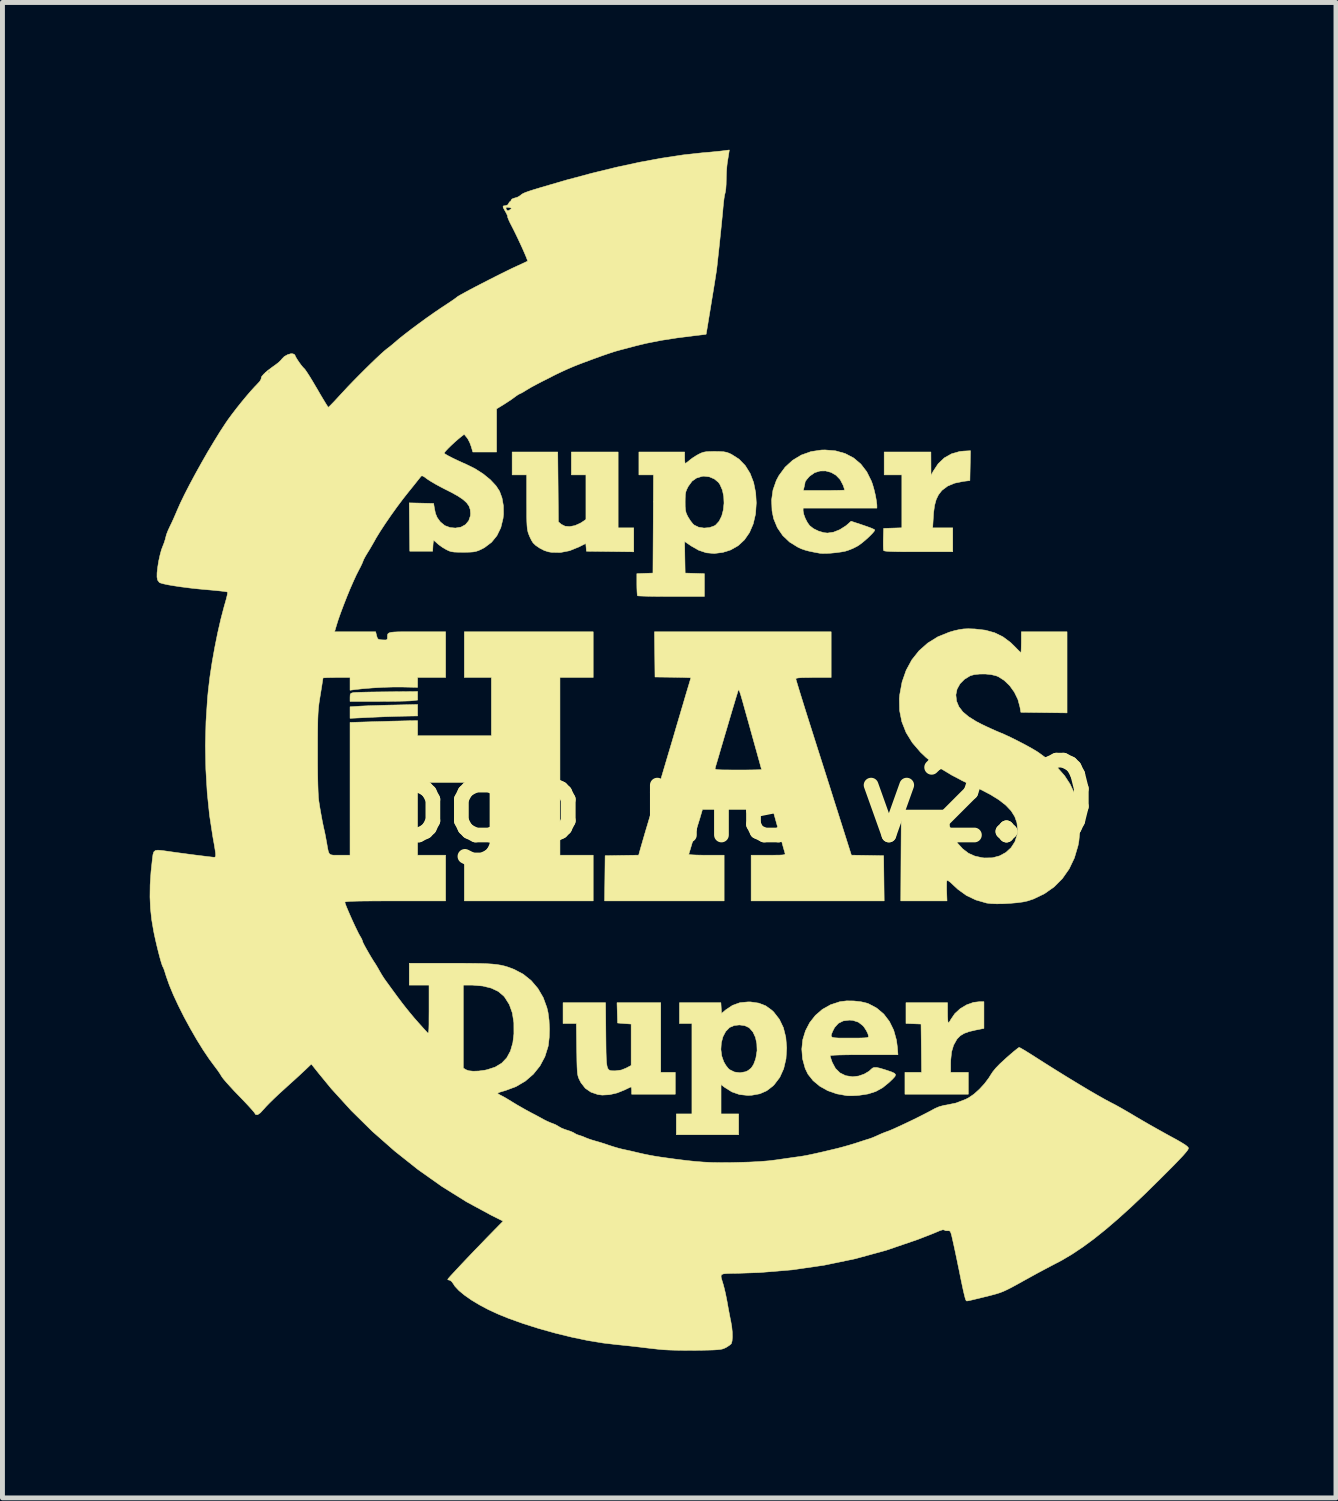
<source format=kicad_pcb>
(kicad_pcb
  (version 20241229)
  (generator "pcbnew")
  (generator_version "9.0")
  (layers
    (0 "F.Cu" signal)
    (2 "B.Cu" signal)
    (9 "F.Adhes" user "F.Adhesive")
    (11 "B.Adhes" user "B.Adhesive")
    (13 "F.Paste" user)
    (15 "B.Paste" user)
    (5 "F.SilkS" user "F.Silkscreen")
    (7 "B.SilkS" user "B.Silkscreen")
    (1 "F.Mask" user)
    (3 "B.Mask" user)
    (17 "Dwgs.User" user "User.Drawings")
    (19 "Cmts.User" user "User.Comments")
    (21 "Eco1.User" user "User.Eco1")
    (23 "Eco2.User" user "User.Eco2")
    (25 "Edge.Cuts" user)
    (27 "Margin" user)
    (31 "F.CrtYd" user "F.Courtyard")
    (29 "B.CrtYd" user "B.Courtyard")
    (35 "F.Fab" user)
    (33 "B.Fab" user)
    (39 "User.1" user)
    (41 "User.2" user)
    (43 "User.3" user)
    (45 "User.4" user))
  (footprint "logo me v2.0"
    (layer "F.Cu")
    (at 11.573 13.269)
    (property "Reference" "logo me v2.0" (at 0 0 0) (layer "F.SilkS") (effects (font (size 1.524 1.524) (thickness 0.3))))
    (attr through_hole)
    (fp_poly (pts (xy -6.117 -1.736) (xy -6.249 -1.734) (xy -6.503 -1.729) (xy -6.751 -1.721) (xy -7.013 -1.71) (xy -7.138 -1.704) (xy -7.493 -1.687) (xy -7.493 -1.922) (xy -7.297 -1.935) (xy -7.217 -1.939) (xy -7.104 -1.944) (xy -6.968 -1.948) (xy -6.818 -1.953) (xy -6.663 -1.957) (xy -6.609 -1.958) (xy -6.117 -1.969) (xy -6.117 -1.736)) (stroke (width 0.01) (type solid)) (fill yes) (layer "F.SilkS"))
    (fp_poly (pts (xy -6.117 -2.146) (xy -6.117 -2.059) (xy -6.228 -2.046) (xy -6.279 -2.042) (xy -6.366 -2.039) (xy -6.48 -2.036) (xy -6.617 -2.034) (xy -6.768 -2.033) (xy -6.916 -2.032) (xy -7.493 -2.032) (xy -7.493 -2.116) (xy -7.49 -2.17) (xy -7.474 -2.197) (xy -7.435 -2.209) (xy -7.424 -2.211) (xy -7.386 -2.214) (xy -7.311 -2.217) (xy -7.206 -2.22) (xy -7.077 -2.223) (xy -6.93 -2.225) (xy -6.77 -2.227) (xy -6.736 -2.227) (xy -6.117 -2.233) (xy -6.117 -2.146)) (stroke (width 0.01) (type solid)) (fill yes) (layer "F.SilkS"))
    (fp_poly (pts (xy 5.419 4.629) (xy 5.252 4.662) (xy 5.116 4.694) (xy 5.014 4.731) (xy 4.937 4.778) (xy 4.877 4.839) (xy 4.866 4.854) (xy 4.801 4.97) (xy 4.76 5.107) (xy 4.743 5.273) (xy 4.741 5.338) (xy 4.741 5.524) (xy 5.101 5.524) (xy 5.101 5.969) (xy 3.81 5.969) (xy 3.81 5.524) (xy 4.149 5.524) (xy 4.144 5.032) (xy 4.138 4.54) (xy 3.985 4.534) (xy 3.831 4.528) (xy 3.831 4.106) (xy 4.678 4.106) (xy 4.678 4.304) (xy 4.679 4.391) (xy 4.683 4.462) (xy 4.688 4.506) (xy 4.691 4.515) (xy 4.708 4.506) (xy 4.733 4.469) (xy 4.746 4.445) (xy 4.826 4.328) (xy 4.936 4.227) (xy 5.066 4.149) (xy 5.206 4.099) (xy 5.326 4.085) (xy 5.419 4.085) (xy 5.419 4.629)) (stroke (width 0.01) (type solid)) (fill yes) (layer "F.SilkS"))
    (fp_poly (pts (xy 5.139 -6.834) (xy 5.133 -6.53) (xy 5 -6.514) (xy 4.824 -6.478) (xy 4.681 -6.419) (xy 4.569 -6.335) (xy 4.554 -6.319) (xy 4.492 -6.238) (xy 4.446 -6.142) (xy 4.414 -6.025) (xy 4.394 -5.878) (xy 4.388 -5.784) (xy 4.375 -5.567) (xy 4.784 -5.567) (xy 4.784 -5.08) (xy 4.085 -5.08) (xy 3.887 -5.08) (xy 3.728 -5.081) (xy 3.604 -5.083) (xy 3.511 -5.086) (xy 3.445 -5.09) (xy 3.403 -5.095) (xy 3.38 -5.102) (xy 3.375 -5.108) (xy 3.371 -5.14) (xy 3.369 -5.204) (xy 3.369 -5.289) (xy 3.37 -5.346) (xy 3.376 -5.556) (xy 3.747 -5.568) (xy 3.747 -6.646) (xy 3.387 -6.646) (xy 3.387 -7.112) (xy 4.339 -7.112) (xy 4.34 -6.874) (xy 4.341 -6.636) (xy 4.386 -6.72) (xy 4.487 -6.873) (xy 4.612 -6.992) (xy 4.759 -7.075) (xy 4.923 -7.122) (xy 5 -7.13) (xy 5.145 -7.138) (xy 5.139 -6.834)) (stroke (width 0.01) (type solid)) (fill yes) (layer "F.SilkS"))
    (fp_poly (pts (xy -3.255 -6.401) (xy -3.249 -5.69) (xy -3.19 -5.639) (xy -3.114 -5.601) (xy -3.019 -5.593) (xy -2.912 -5.613) (xy -2.802 -5.662) (xy -2.75 -5.695) (xy -2.688 -5.739) (xy -2.688 -6.646) (xy -2.985 -6.646) (xy -2.985 -7.112) (xy -2.032 -7.112) (xy -2.032 -5.567) (xy -1.714 -5.567) (xy -1.714 -5.079) (xy -2.196 -5.085) (xy -2.678 -5.091) (xy -2.684 -5.17) (xy -2.691 -5.249) (xy -2.832 -5.178) (xy -3.022 -5.101) (xy -3.208 -5.065) (xy -3.393 -5.069) (xy -3.452 -5.079) (xy -3.537 -5.106) (xy -3.629 -5.154) (xy -3.713 -5.211) (xy -3.765 -5.262) (xy -3.797 -5.313) (xy -3.832 -5.385) (xy -3.851 -5.432) (xy -3.865 -5.47) (xy -3.875 -5.51) (xy -3.883 -5.558) (xy -3.888 -5.618) (xy -3.892 -5.698) (xy -3.894 -5.803) (xy -3.894 -5.939) (xy -3.895 -6.097) (xy -3.895 -6.646) (xy -4.191 -6.646) (xy -4.191 -7.112) (xy -3.262 -7.112) (xy -3.255 -6.401)) (stroke (width 0.01) (type solid)) (fill yes) (layer "F.SilkS"))
    (fp_poly (pts (xy -2.282 4.762) (xy -2.28 4.957) (xy -2.278 5.114) (xy -2.274 5.237) (xy -2.268 5.33) (xy -2.258 5.397) (xy -2.244 5.443) (xy -2.223 5.471) (xy -2.196 5.486) (xy -2.161 5.492) (xy -2.116 5.493) (xy -2.089 5.493) (xy -1.968 5.477) (xy -1.873 5.439) (xy -1.767 5.384) (xy -1.767 4.54) (xy -1.905 4.53) (xy -2.043 4.519) (xy -2.055 4.106) (xy -1.164 4.106) (xy -1.164 5.524) (xy -0.868 5.524) (xy -0.868 5.969) (xy -1.757 5.969) (xy -1.757 5.895) (xy -1.76 5.846) (xy -1.767 5.821) (xy -1.768 5.821) (xy -1.791 5.83) (xy -1.841 5.853) (xy -1.9 5.882) (xy -2.052 5.943) (xy -2.208 5.979) (xy -2.356 5.987) (xy -2.445 5.976) (xy -2.587 5.927) (xy -2.701 5.848) (xy -2.788 5.737) (xy -2.809 5.697) (xy -2.828 5.659) (xy -2.842 5.625) (xy -2.852 5.588) (xy -2.86 5.543) (xy -2.865 5.483) (xy -2.869 5.402) (xy -2.872 5.295) (xy -2.874 5.156) (xy -2.876 5.054) (xy -2.883 4.53) (xy -3.154 4.53) (xy -3.154 4.106) (xy -2.288 4.106) (xy -2.282 4.762)) (stroke (width 0.01) (type solid)) (fill yes) (layer "F.SilkS"))
    (fp_poly (pts (xy 0.667 4.09) (xy 0.833 4.114) (xy 0.976 4.17) (xy 1.101 4.261) (xy 1.14 4.299) (xy 1.253 4.445) (xy 1.334 4.614) (xy 1.383 4.809) (xy 1.401 5.027) (xy 1.387 5.25) (xy 1.34 5.45) (xy 1.261 5.625) (xy 1.148 5.774) (xy 1.118 5.804) (xy 0.993 5.9) (xy 0.853 5.961) (xy 0.692 5.99) (xy 0.609 5.994) (xy 0.44 5.976) (xy 0.285 5.922) (xy 0.138 5.83) (xy 0.064 5.773) (xy 0.064 6.371) (xy 0.423 6.371) (xy 0.423 6.795) (xy -0.847 6.795) (xy -0.847 6.371) (xy -0.529 6.371) (xy -0.529 5.057) (xy 0.061 5.057) (xy 0.078 5.19) (xy 0.121 5.313) (xy 0.122 5.313) (xy 0.163 5.383) (xy 0.208 5.441) (xy 0.235 5.467) (xy 0.337 5.517) (xy 0.45 5.532) (xy 0.562 5.512) (xy 0.614 5.488) (xy 0.678 5.437) (xy 0.727 5.364) (xy 0.766 5.259) (xy 0.775 5.224) (xy 0.798 5.081) (xy 0.793 4.941) (xy 0.765 4.811) (xy 0.714 4.702) (xy 0.643 4.621) (xy 0.632 4.612) (xy 0.544 4.572) (xy 0.438 4.558) (xy 0.332 4.57) (xy 0.242 4.608) (xy 0.236 4.612) (xy 0.159 4.691) (xy 0.103 4.798) (xy 0.07 4.923) (xy 0.061 5.057) (xy -0.529 5.057) (xy -0.529 4.53) (xy -0.783 4.53) (xy -0.783 4.106) (xy 0.061 4.106) (xy 0.074 4.324) (xy 0.164 4.248) (xy 0.3 4.158) (xy 0.449 4.105) (xy 0.617 4.089) (xy 0.667 4.09)) (stroke (width 0.01) (type solid)) (fill yes) (layer "F.SilkS"))
    (fp_poly (pts (xy 2.77 4.07) (xy 2.915 4.086) (xy 3.042 4.117) (xy 3.069 4.127) (xy 3.236 4.216) (xy 3.379 4.337) (xy 3.494 4.488) (xy 3.581 4.665) (xy 3.637 4.867) (xy 3.656 5.011) (xy 3.668 5.165) (xy 2.977 5.165) (xy 2.78 5.165) (xy 2.612 5.167) (xy 2.477 5.17) (xy 2.375 5.174) (xy 2.311 5.179) (xy 2.286 5.184) (xy 2.286 5.185) (xy 2.293 5.215) (xy 2.311 5.27) (xy 2.328 5.319) (xy 2.395 5.444) (xy 2.487 5.535) (xy 2.603 5.592) (xy 2.741 5.613) (xy 2.751 5.613) (xy 2.866 5.599) (xy 2.981 5.559) (xy 3.079 5.501) (xy 3.12 5.463) (xy 3.15 5.437) (xy 3.184 5.424) (xy 3.231 5.424) (xy 3.299 5.439) (xy 3.396 5.468) (xy 3.445 5.484) (xy 3.539 5.516) (xy 3.597 5.543) (xy 3.619 5.57) (xy 3.608 5.606) (xy 3.563 5.656) (xy 3.487 5.729) (xy 3.356 5.836) (xy 3.217 5.913) (xy 3.059 5.964) (xy 2.875 5.992) (xy 2.826 5.996) (xy 2.742 6) (xy 2.663 6) (xy 2.625 5.998) (xy 2.422 5.962) (xy 2.237 5.897) (xy 2.075 5.806) (xy 1.939 5.693) (xy 1.834 5.56) (xy 1.778 5.444) (xy 1.724 5.246) (xy 1.709 5.049) (xy 1.729 4.858) (xy 1.756 4.769) (xy 2.308 4.769) (xy 2.312 4.795) (xy 2.334 4.811) (xy 2.381 4.82) (xy 2.456 4.825) (xy 2.564 4.826) (xy 2.688 4.826) (xy 2.825 4.826) (xy 2.926 4.824) (xy 2.995 4.821) (xy 3.038 4.816) (xy 3.061 4.808) (xy 3.069 4.797) (xy 3.069 4.793) (xy 3.057 4.742) (xy 3.025 4.675) (xy 2.982 4.608) (xy 2.956 4.575) (xy 2.862 4.502) (xy 2.748 4.465) (xy 2.678 4.46) (xy 2.553 4.476) (xy 2.453 4.526) (xy 2.377 4.611) (xy 2.34 4.683) (xy 2.319 4.733) (xy 2.308 4.769) (xy 1.756 4.769) (xy 1.784 4.678) (xy 1.87 4.512) (xy 1.985 4.365) (xy 2.127 4.242) (xy 2.293 4.148) (xy 2.481 4.086) (xy 2.493 4.084) (xy 2.623 4.068) (xy 2.77 4.07)) (stroke (width 0.01) (type solid)) (fill yes) (layer "F.SilkS"))
    (fp_poly (pts (xy 0.041 -7.121) (xy 0.116 -7.117) (xy 0.174 -7.106) (xy 0.227 -7.088) (xy 0.279 -7.063) (xy 0.431 -6.966) (xy 0.557 -6.836) (xy 0.656 -6.677) (xy 0.728 -6.49) (xy 0.77 -6.279) (xy 0.782 -6.075) (xy 0.767 -5.851) (xy 0.72 -5.649) (xy 0.644 -5.472) (xy 0.541 -5.323) (xy 0.411 -5.203) (xy 0.257 -5.116) (xy 0.101 -5.067) (xy -0.074 -5.045) (xy -0.235 -5.059) (xy -0.391 -5.111) (xy -0.54 -5.196) (xy -0.678 -5.289) (xy -0.673 -4.967) (xy -0.667 -4.646) (xy -0.471 -4.64) (xy -0.275 -4.634) (xy -0.275 -4.17) (xy -0.949 -4.17) (xy -1.114 -4.17) (xy -1.265 -4.171) (xy -1.397 -4.173) (xy -1.505 -4.176) (xy -1.584 -4.179) (xy -1.629 -4.182) (xy -1.637 -4.184) (xy -1.643 -4.21) (xy -1.647 -4.268) (xy -1.65 -4.35) (xy -1.651 -4.416) (xy -1.651 -4.634) (xy -1.323 -4.646) (xy -1.317 -5.646) (xy -1.315 -6.096) (xy -0.667 -6.096) (xy -0.666 -5.998) (xy -0.66 -5.929) (xy -0.648 -5.875) (xy -0.626 -5.823) (xy -0.603 -5.78) (xy -0.559 -5.711) (xy -0.512 -5.651) (xy -0.483 -5.624) (xy -0.392 -5.58) (xy -0.283 -5.563) (xy -0.172 -5.572) (xy -0.074 -5.607) (xy -0.045 -5.625) (xy 0.025 -5.702) (xy 0.078 -5.808) (xy 0.111 -5.934) (xy 0.125 -6.07) (xy 0.119 -6.207) (xy 0.092 -6.336) (xy 0.043 -6.448) (xy 0.01 -6.495) (xy -0.072 -6.563) (xy -0.176 -6.607) (xy -0.286 -6.62) (xy -0.322 -6.616) (xy -0.435 -6.582) (xy -0.526 -6.518) (xy -0.6 -6.417) (xy -0.605 -6.409) (xy -0.634 -6.351) (xy -0.653 -6.301) (xy -0.663 -6.243) (xy -0.666 -6.166) (xy -0.667 -6.096) (xy -1.315 -6.096) (xy -1.312 -6.646) (xy -1.609 -6.646) (xy -1.609 -7.112) (xy -0.677 -7.112) (xy -0.677 -6.996) (xy -0.675 -6.932) (xy -0.67 -6.89) (xy -0.664 -6.879) (xy -0.642 -6.892) (xy -0.6 -6.924) (xy -0.579 -6.943) (xy -0.517 -6.99) (xy -0.439 -7.04) (xy -0.396 -7.064) (xy -0.342 -7.091) (xy -0.292 -7.108) (xy -0.236 -7.118) (xy -0.16 -7.122) (xy -0.064 -7.123) (xy 0.041 -7.121)) (stroke (width 0.01) (type solid)) (fill yes) (layer "F.SilkS"))
    (fp_poly (pts (xy 2.397 -7.136) (xy 2.592 -7.081) (xy 2.764 -6.991) (xy 2.911 -6.867) (xy 3.032 -6.71) (xy 3.126 -6.521) (xy 3.151 -6.452) (xy 3.181 -6.347) (xy 3.208 -6.233) (xy 3.227 -6.127) (xy 3.238 -6.04) (xy 3.239 -6.018) (xy 3.239 -5.969) (xy 1.736 -5.969) (xy 1.736 -5.911) (xy 1.749 -5.843) (xy 1.78 -5.759) (xy 1.823 -5.676) (xy 1.869 -5.612) (xy 1.947 -5.551) (xy 2.049 -5.501) (xy 2.159 -5.469) (xy 2.233 -5.461) (xy 2.355 -5.479) (xy 2.483 -5.53) (xy 2.604 -5.607) (xy 2.633 -5.631) (xy 2.713 -5.702) (xy 2.955 -5.622) (xy 3.048 -5.59) (xy 3.125 -5.561) (xy 3.177 -5.538) (xy 3.196 -5.524) (xy 3.196 -5.524) (xy 3.181 -5.494) (xy 3.139 -5.446) (xy 3.08 -5.387) (xy 3.01 -5.323) (xy 2.938 -5.263) (xy 2.872 -5.214) (xy 2.835 -5.191) (xy 2.748 -5.147) (xy 2.651 -5.109) (xy 2.597 -5.092) (xy 2.513 -5.076) (xy 2.409 -5.062) (xy 2.298 -5.051) (xy 2.193 -5.046) (xy 2.109 -5.047) (xy 2.074 -5.05) (xy 1.945 -5.074) (xy 1.846 -5.095) (xy 1.769 -5.116) (xy 1.701 -5.14) (xy 1.634 -5.171) (xy 1.631 -5.172) (xy 1.461 -5.277) (xy 1.32 -5.411) (xy 1.211 -5.571) (xy 1.136 -5.752) (xy 1.103 -5.913) (xy 1.094 -6.135) (xy 1.121 -6.329) (xy 1.74 -6.329) (xy 2.161 -6.329) (xy 2.29 -6.329) (xy 2.402 -6.33) (xy 2.493 -6.332) (xy 2.554 -6.334) (xy 2.582 -6.336) (xy 2.582 -6.337) (xy 2.576 -6.36) (xy 2.56 -6.409) (xy 2.55 -6.437) (xy 2.491 -6.55) (xy 2.407 -6.638) (xy 2.305 -6.697) (xy 2.194 -6.727) (xy 2.079 -6.725) (xy 1.97 -6.691) (xy 1.872 -6.622) (xy 1.854 -6.604) (xy 1.811 -6.554) (xy 1.784 -6.516) (xy 1.777 -6.503) (xy 1.773 -6.474) (xy 1.762 -6.422) (xy 1.759 -6.408) (xy 1.74 -6.329) (xy 1.121 -6.329) (xy 1.123 -6.34) (xy 1.19 -6.532) (xy 1.243 -6.631) (xy 1.37 -6.804) (xy 1.523 -6.944) (xy 1.699 -7.05) (xy 1.895 -7.12) (xy 2.107 -7.152) (xy 2.182 -7.154) (xy 2.397 -7.136)) (stroke (width 0.01) (type solid)) (fill yes) (layer "F.SilkS"))
    (fp_poly (pts (xy 5.212 -3.508) (xy 5.228 -3.508) (xy 5.447 -3.483) (xy 5.638 -3.43) (xy 5.807 -3.347) (xy 5.962 -3.231) (xy 6.034 -3.161) (xy 6.093 -3.101) (xy 6.139 -3.055) (xy 6.167 -3.03) (xy 6.172 -3.027) (xy 6.176 -3.047) (xy 6.178 -3.1) (xy 6.18 -3.177) (xy 6.181 -3.239) (xy 6.181 -3.45) (xy 7.112 -3.45) (xy 7.112 -1.798) (xy 6.642 -1.804) (xy 6.171 -1.81) (xy 6.153 -1.916) (xy 6.111 -2.072) (xy 6.039 -2.22) (xy 5.944 -2.352) (xy 5.832 -2.46) (xy 5.71 -2.537) (xy 5.667 -2.554) (xy 5.567 -2.578) (xy 5.45 -2.59) (xy 5.33 -2.589) (xy 5.22 -2.577) (xy 5.141 -2.555) (xy 5.024 -2.484) (xy 4.932 -2.391) (xy 4.872 -2.283) (xy 4.848 -2.168) (xy 4.848 -2.159) (xy 4.862 -2.036) (xy 4.909 -1.924) (xy 4.989 -1.819) (xy 5.107 -1.72) (xy 5.262 -1.623) (xy 5.366 -1.569) (xy 5.468 -1.52) (xy 5.568 -1.474) (xy 5.653 -1.436) (xy 5.704 -1.414) (xy 5.826 -1.363) (xy 5.966 -1.298) (xy 6.114 -1.224) (xy 6.26 -1.148) (xy 6.394 -1.074) (xy 6.503 -1.009) (xy 6.54 -0.984) (xy 6.75 -0.83) (xy 6.922 -0.677) (xy 7.062 -0.518) (xy 7.173 -0.348) (xy 7.262 -0.16) (xy 7.328 0.039) (xy 7.353 0.165) (xy 7.368 0.318) (xy 7.373 0.487) (xy 7.368 0.656) (xy 7.353 0.813) (xy 7.336 0.906) (xy 7.262 1.156) (xy 7.155 1.38) (xy 7.016 1.578) (xy 6.848 1.747) (xy 6.652 1.885) (xy 6.43 1.992) (xy 6.307 2.033) (xy 6.215 2.053) (xy 6.094 2.069) (xy 5.957 2.081) (xy 5.815 2.089) (xy 5.679 2.091) (xy 5.561 2.086) (xy 5.474 2.076) (xy 5.471 2.075) (xy 5.253 2.012) (xy 5.062 1.921) (xy 4.89 1.797) (xy 4.809 1.722) (xy 4.737 1.654) (xy 4.689 1.619) (xy 4.666 1.616) (xy 4.665 1.618) (xy 4.66 1.651) (xy 4.659 1.715) (xy 4.659 1.799) (xy 4.66 1.84) (xy 4.667 2.032) (xy 4.196 2.032) (xy 3.725 2.032) (xy 3.73 1.106) (xy 3.736 0.18) (xy 4.667 0.18) (xy 4.683 0.306) (xy 4.724 0.521) (xy 4.791 0.705) (xy 4.885 0.86) (xy 4.988 0.973) (xy 5.104 1.061) (xy 5.231 1.118) (xy 5.382 1.152) (xy 5.43 1.157) (xy 5.591 1.154) (xy 5.737 1.115) (xy 5.866 1.045) (xy 5.972 0.948) (xy 6.05 0.827) (xy 6.095 0.688) (xy 6.105 0.572) (xy 6.091 0.439) (xy 6.047 0.315) (xy 5.973 0.197) (xy 5.866 0.084) (xy 5.724 -0.027) (xy 5.544 -0.138) (xy 5.326 -0.251) (xy 5.253 -0.285) (xy 4.987 -0.412) (xy 4.758 -0.533) (xy 4.561 -0.651) (xy 4.389 -0.769) (xy 4.239 -0.891) (xy 4.128 -0.996) (xy 3.96 -1.192) (xy 3.833 -1.399) (xy 3.747 -1.617) (xy 3.701 -1.847) (xy 3.696 -2.088) (xy 3.704 -2.169) (xy 3.752 -2.429) (xy 3.835 -2.666) (xy 3.95 -2.878) (xy 4.097 -3.063) (xy 4.274 -3.22) (xy 4.478 -3.347) (xy 4.71 -3.441) (xy 4.815 -3.472) (xy 4.918 -3.495) (xy 5.006 -3.508) (xy 5.098 -3.512) (xy 5.212 -3.508)) (stroke (width 0.01) (type solid)) (fill yes) (layer "F.SilkS"))
    (fp_poly (pts (xy 2.307 -2.519) (xy 1.947 -2.519) (xy 1.809 -2.518) (xy 1.708 -2.516) (xy 1.641 -2.511) (xy 1.602 -2.504) (xy 1.588 -2.494) (xy 1.587 -2.492) (xy 1.594 -2.467) (xy 1.612 -2.406) (xy 1.64 -2.313) (xy 1.677 -2.192) (xy 1.722 -2.048) (xy 1.773 -1.884) (xy 1.829 -1.706) (xy 1.87 -1.577) (xy 1.944 -1.344) (xy 2.027 -1.082) (xy 2.116 -0.803) (xy 2.206 -0.52) (xy 2.294 -0.243) (xy 2.375 0.015) (xy 2.436 0.206) (xy 2.719 1.1) (xy 3.048 1.105) (xy 3.376 1.111) (xy 3.387 2.032) (xy 0.677 2.032) (xy 0.677 1.101) (xy 1.028 1.101) (xy 1.157 1.1) (xy 1.25 1.099) (xy 1.312 1.096) (xy 1.348 1.091) (xy 1.366 1.083) (xy 1.369 1.071) (xy 1.368 1.064) (xy 1.359 1.033) (xy 1.34 0.968) (xy 1.314 0.875) (xy 1.283 0.762) (xy 1.247 0.635) (xy 1.236 0.598) (xy 1.117 0.169) (xy -0.314 0.169) (xy -0.35 0.29) (xy -0.368 0.353) (xy -0.397 0.445) (xy -0.431 0.558) (xy -0.469 0.679) (xy -0.489 0.74) (xy -0.524 0.851) (xy -0.553 0.949) (xy -0.576 1.025) (xy -0.59 1.072) (xy -0.593 1.085) (xy -0.573 1.09) (xy -0.517 1.094) (xy -0.433 1.098) (xy -0.327 1.1) (xy -0.233 1.101) (xy 0.127 1.101) (xy 0.127 2.032) (xy -2.308 2.032) (xy -2.302 1.572) (xy -2.297 1.111) (xy -1.955 1.105) (xy -1.614 1.1) (xy -1.592 1.021) (xy -1.58 0.977) (xy -1.558 0.9) (xy -1.528 0.797) (xy -1.493 0.676) (xy -1.454 0.544) (xy -1.443 0.508) (xy -1.394 0.343) (xy -1.34 0.158) (xy -1.284 -0.031) (xy -1.232 -0.208) (xy -1.197 -0.328) (xy -1.152 -0.481) (xy -1.103 -0.647) (xy -1.099 -0.66) (xy -0.057 -0.66) (xy -0.048 -0.651) (xy -0.026 -0.644) (xy 0.016 -0.64) (xy 0.082 -0.637) (xy 0.178 -0.636) (xy 0.307 -0.635) (xy 0.411 -0.635) (xy 0.548 -0.635) (xy 0.67 -0.636) (xy 0.771 -0.638) (xy 0.844 -0.64) (xy 0.883 -0.642) (xy 0.889 -0.644) (xy 0.884 -0.666) (xy 0.868 -0.722) (xy 0.845 -0.807) (xy 0.815 -0.914) (xy 0.781 -1.038) (xy 0.771 -1.072) (xy 0.726 -1.234) (xy 0.676 -1.414) (xy 0.625 -1.598) (xy 0.577 -1.768) (xy 0.548 -1.872) (xy 0.509 -2.013) (xy 0.479 -2.117) (xy 0.457 -2.19) (xy 0.441 -2.236) (xy 0.43 -2.26) (xy 0.422 -2.267) (xy 0.417 -2.263) (xy 0.409 -2.241) (xy 0.392 -2.185) (xy 0.366 -2.101) (xy 0.335 -1.996) (xy 0.301 -1.884) (xy 0.266 -1.766) (xy 0.226 -1.631) (xy 0.183 -1.484) (xy 0.138 -1.333) (xy 0.094 -1.183) (xy 0.052 -1.041) (xy 0.015 -0.913) (xy -0.017 -0.805) (xy -0.041 -0.725) (xy -0.054 -0.677) (xy -0.056 -0.672) (xy -0.057 -0.66) (xy -1.099 -0.66) (xy -1.054 -0.812) (xy -1.01 -0.961) (xy -0.984 -1.048) (xy -0.948 -1.168) (xy -0.904 -1.317) (xy -0.856 -1.482) (xy -0.806 -1.651) (xy -0.758 -1.812) (xy -0.753 -1.831) (xy -0.711 -1.971) (xy -0.672 -2.105) (xy -0.637 -2.223) (xy -0.608 -2.319) (xy -0.588 -2.385) (xy -0.583 -2.402) (xy -0.565 -2.463) (xy -0.553 -2.503) (xy -0.551 -2.513) (xy -0.571 -2.515) (xy -0.626 -2.517) (xy -0.71 -2.52) (xy -0.816 -2.522) (xy -0.915 -2.524) (xy -1.281 -2.529) (xy -1.286 -2.99) (xy -1.292 -3.45) (xy 2.307 -3.45) (xy 2.307 -2.519)) (stroke (width 0.01) (type solid)) (fill yes) (layer "F.SilkS"))
    (fp_poly (pts (xy 0.223 -13.199) (xy 0.214 -13.142) (xy 0.201 -13.063) (xy 0.192 -13.007) (xy 0.183 -12.928) (xy 0.175 -12.824) (xy 0.171 -12.713) (xy 0.17 -12.664) (xy 0.168 -12.566) (xy 0.162 -12.479) (xy 0.153 -12.414) (xy 0.148 -12.391) (xy 0.137 -12.348) (xy 0.125 -12.273) (xy 0.114 -12.179) (xy 0.106 -12.1) (xy 0.099 -12.016) (xy 0.088 -11.904) (xy 0.075 -11.771) (xy 0.06 -11.623) (xy 0.044 -11.469) (xy 0.028 -11.314) (xy 0.012 -11.166) (xy -0.003 -11.032) (xy -0.015 -10.919) (xy -0.025 -10.834) (xy -0.032 -10.784) (xy -0.042 -10.722) (xy -0.056 -10.631) (xy -0.074 -10.517) (xy -0.095 -10.388) (xy -0.118 -10.249) (xy -0.141 -10.107) (xy -0.164 -9.966) (xy -0.186 -9.834) (xy -0.205 -9.717) (xy -0.221 -9.621) (xy -0.233 -9.551) (xy -0.239 -9.515) (xy -0.24 -9.511) (xy -0.261 -9.507) (xy -0.315 -9.5) (xy -0.393 -9.491) (xy -0.455 -9.484) (xy -0.827 -9.437) (xy -1.162 -9.385) (xy -1.459 -9.326) (xy -1.662 -9.277) (xy -1.771 -9.248) (xy -1.88 -9.219) (xy -1.974 -9.195) (xy -2.021 -9.182) (xy -2.1 -9.16) (xy -2.209 -9.124) (xy -2.352 -9.075) (xy -2.529 -9.011) (xy -2.742 -8.932) (xy -2.824 -8.901) (xy -2.93 -8.859) (xy -3.052 -8.807) (xy -3.175 -8.751) (xy -3.285 -8.699) (xy -3.355 -8.664) (xy -3.402 -8.639) (xy -3.475 -8.602) (xy -3.561 -8.559) (xy -3.603 -8.538) (xy -3.7 -8.487) (xy -3.799 -8.434) (xy -3.881 -8.385) (xy -3.903 -8.372) (xy -3.966 -8.333) (xy -4.014 -8.307) (xy -4.037 -8.297) (xy -4.062 -8.285) (xy -4.108 -8.254) (xy -4.143 -8.228) (xy -4.208 -8.181) (xy -4.291 -8.126) (xy -4.37 -8.075) (xy -4.508 -7.991) (xy -4.508 -7.112) (xy -4.992 -7.112) (xy -5.026 -7.227) (xy -5.055 -7.305) (xy -5.093 -7.378) (xy -5.114 -7.407) (xy -5.168 -7.472) (xy -5.225 -7.428) (xy -5.292 -7.373) (xy -5.364 -7.31) (xy -5.435 -7.244) (xy -5.498 -7.182) (xy -5.546 -7.131) (xy -5.572 -7.097) (xy -5.575 -7.087) (xy -5.549 -7.067) (xy -5.49 -7.033) (xy -5.407 -6.99) (xy -5.305 -6.941) (xy -5.193 -6.89) (xy -5.135 -6.865) (xy -4.949 -6.773) (xy -4.78 -6.665) (xy -4.635 -6.547) (xy -4.52 -6.424) (xy -4.447 -6.312) (xy -4.397 -6.175) (xy -4.369 -6.015) (xy -4.367 -5.844) (xy -4.376 -5.759) (xy -4.422 -5.57) (xy -4.501 -5.408) (xy -4.611 -5.273) (xy -4.754 -5.165) (xy -4.817 -5.132) (xy -4.875 -5.105) (xy -4.927 -5.088) (xy -4.983 -5.077) (xy -5.055 -5.072) (xy -5.155 -5.07) (xy -5.186 -5.07) (xy -5.294 -5.071) (xy -5.371 -5.074) (xy -5.427 -5.082) (xy -5.474 -5.096) (xy -5.522 -5.119) (xy -5.536 -5.126) (xy -5.612 -5.171) (xy -5.684 -5.223) (xy -5.713 -5.248) (xy -5.756 -5.287) (xy -5.785 -5.31) (xy -5.79 -5.313) (xy -5.795 -5.294) (xy -5.801 -5.245) (xy -5.804 -5.202) (xy -5.81 -5.091) (xy -6.276 -5.091) (xy -6.282 -5.583) (xy -6.287 -6.076) (xy -5.79 -6.064) (xy -5.775 -5.969) (xy -5.753 -5.861) (xy -5.718 -5.777) (xy -5.662 -5.699) (xy -5.652 -5.687) (xy -5.563 -5.613) (xy -5.454 -5.573) (xy -5.347 -5.563) (xy -5.233 -5.582) (xy -5.141 -5.633) (xy -5.075 -5.712) (xy -5.041 -5.813) (xy -5.038 -5.861) (xy -5.045 -5.941) (xy -5.07 -6.012) (xy -5.117 -6.078) (xy -5.19 -6.144) (xy -5.292 -6.213) (xy -5.428 -6.289) (xy -5.534 -6.342) (xy -5.645 -6.399) (xy -5.751 -6.457) (xy -5.843 -6.511) (xy -5.91 -6.554) (xy -5.923 -6.563) (xy -5.981 -6.606) (xy -6.017 -6.625) (xy -6.038 -6.625) (xy -6.056 -6.607) (xy -6.057 -6.605) (xy -6.08 -6.576) (xy -6.124 -6.521) (xy -6.184 -6.445) (xy -6.255 -6.357) (xy -6.306 -6.294) (xy -6.422 -6.147) (xy -6.543 -5.985) (xy -6.663 -5.817) (xy -6.777 -5.651) (xy -6.878 -5.497) (xy -6.961 -5.362) (xy -6.994 -5.302) (xy -7.045 -5.213) (xy -7.098 -5.122) (xy -7.144 -5.048) (xy -7.184 -4.981) (xy -7.216 -4.92) (xy -7.228 -4.889) (xy -7.246 -4.844) (xy -7.278 -4.777) (xy -7.315 -4.706) (xy -7.365 -4.608) (xy -7.424 -4.479) (xy -7.49 -4.329) (xy -7.557 -4.166) (xy -7.622 -4) (xy -7.682 -3.841) (xy -7.733 -3.697) (xy -7.769 -3.582) (xy -7.808 -3.45) (xy -6.971 -3.45) (xy -6.952 -3.371) (xy -6.937 -3.323) (xy -6.916 -3.298) (xy -6.874 -3.288) (xy -6.832 -3.285) (xy -6.771 -3.283) (xy -6.741 -3.29) (xy -6.732 -3.311) (xy -6.731 -3.331) (xy -6.731 -3.366) (xy -6.728 -3.393) (xy -6.718 -3.413) (xy -6.695 -3.428) (xy -6.656 -3.439) (xy -6.596 -3.445) (xy -6.51 -3.449) (xy -6.394 -3.45) (xy -6.243 -3.45) (xy -6.125 -3.45) (xy -5.546 -3.45) (xy -5.546 -2.519) (xy -6.117 -2.519) (xy -6.117 -2.418) (xy -6.117 -2.318) (xy -6.429 -2.325) (xy -6.613 -2.325) (xy -6.818 -2.319) (xy -7.028 -2.307) (xy -7.228 -2.291) (xy -7.4 -2.272) (xy -7.493 -2.259) (xy -7.493 -2.519) (xy -7.768 -2.519) (xy -7.871 -2.518) (xy -7.956 -2.516) (xy -8.016 -2.513) (xy -8.043 -2.51) (xy -8.043 -2.509) (xy -8.047 -2.486) (xy -8.056 -2.428) (xy -8.069 -2.343) (xy -8.086 -2.238) (xy -8.098 -2.165) (xy -8.112 -2.078) (xy -8.124 -2) (xy -8.133 -1.926) (xy -8.14 -1.851) (xy -8.145 -1.768) (xy -8.149 -1.671) (xy -8.151 -1.556) (xy -8.153 -1.417) (xy -8.154 -1.247) (xy -8.154 -1.042) (xy -8.154 -1.005) (xy -8.154 -0.751) (xy -8.152 -0.529) (xy -8.148 -0.342) (xy -8.143 -0.191) (xy -8.137 -0.078) (xy -8.13 -0.011) (xy -8.109 0.124) (xy -8.084 0.266) (xy -8.059 0.403) (xy -8.035 0.52) (xy -8.021 0.582) (xy -8.007 0.644) (xy -7.99 0.731) (xy -7.973 0.826) (xy -7.969 0.844) (xy -7.951 0.951) (xy -7.936 1.023) (xy -7.917 1.068) (xy -7.887 1.091) (xy -7.839 1.1) (xy -7.766 1.101) (xy -7.703 1.101) (xy -7.493 1.101) (xy -7.493 -1.604) (xy -6.969 -1.62) (xy -6.813 -1.624) (xy -6.662 -1.629) (xy -6.523 -1.632) (xy -6.405 -1.635) (xy -6.316 -1.637) (xy -6.281 -1.638) (xy -6.117 -1.64) (xy -6.117 -1.487) (xy -6.117 -1.333) (xy -4.614 -1.333) (xy -4.614 -2.519) (xy -5.165 -2.519) (xy -5.165 -3.45) (xy -2.54 -3.45) (xy -2.54 -2.519) (xy -3.217 -2.519) (xy -3.217 1.101) (xy -2.54 1.101) (xy -2.54 2.032) (xy -5.165 2.032) (xy -5.165 1.101) (xy -4.614 1.101) (xy -4.614 -0.381) (xy -6.117 -0.381) (xy -6.117 1.101) (xy -5.546 1.101) (xy -5.546 2.032) (xy -6.572 2.032) (xy -6.818 2.032) (xy -7.024 2.033) (xy -7.193 2.034) (xy -7.328 2.036) (xy -7.433 2.039) (xy -7.509 2.042) (xy -7.561 2.047) (xy -7.59 2.052) (xy -7.599 2.058) (xy -7.599 2.058) (xy -7.59 2.089) (xy -7.567 2.15) (xy -7.532 2.233) (xy -7.49 2.33) (xy -7.444 2.433) (xy -7.397 2.535) (xy -7.353 2.626) (xy -7.317 2.7) (xy -7.29 2.747) (xy -7.288 2.751) (xy -7.257 2.804) (xy -7.24 2.846) (xy -7.239 2.853) (xy -7.229 2.881) (xy -7.201 2.937) (xy -7.16 3.011) (xy -7.112 3.095) (xy -7.061 3.182) (xy -7.012 3.261) (xy -6.985 3.302) (xy -6.954 3.351) (xy -6.915 3.418) (xy -6.891 3.461) (xy -6.845 3.54) (xy -6.794 3.619) (xy -6.771 3.651) (xy -6.641 3.83) (xy -6.531 3.98) (xy -6.435 4.108) (xy -6.348 4.219) (xy -6.266 4.32) (xy -6.184 4.418) (xy -6.097 4.517) (xy -6 4.625) (xy -5.923 4.709) (xy -5.911 4.721) (xy -5.901 4.723) (xy -5.895 4.711) (xy -5.89 4.68) (xy -5.887 4.626) (xy -5.885 4.545) (xy -5.885 4.431) (xy -5.884 4.28) (xy -5.884 4.249) (xy -5.884 3.747) (xy -6.287 3.747) (xy -6.287 3.302) (xy -5.45 3.302) (xy -5.214 3.302) (xy -5.017 3.304) (xy -4.852 3.306) (xy -4.714 3.311) (xy -4.6 3.318) (xy -4.504 3.328) (xy -4.422 3.341) (xy -4.348 3.358) (xy -4.278 3.379) (xy -4.207 3.405) (xy -4.15 3.427) (xy -3.966 3.524) (xy -3.803 3.655) (xy -3.666 3.816) (xy -3.558 4.001) (xy -3.483 4.206) (xy -3.46 4.304) (xy -3.439 4.464) (xy -3.431 4.64) (xy -3.436 4.813) (xy -3.453 4.967) (xy -3.459 4.998) (xy -3.524 5.205) (xy -3.625 5.394) (xy -3.759 5.561) (xy -3.922 5.702) (xy -4.112 5.814) (xy -4.324 5.893) (xy -4.347 5.9) (xy -4.417 5.92) (xy -4.467 5.937) (xy -4.487 5.949) (xy -4.487 5.949) (xy -4.47 5.966) (xy -4.429 5.989) (xy -4.429 5.989) (xy -4.374 6.017) (xy -4.307 6.055) (xy -4.286 6.068) (xy -4.094 6.185) (xy -3.926 6.281) (xy -3.799 6.35) (xy -3.712 6.395) (xy -3.625 6.442) (xy -3.557 6.48) (xy -3.556 6.481) (xy -3.48 6.519) (xy -3.402 6.553) (xy -3.376 6.562) (xy -3.308 6.589) (xy -3.249 6.623) (xy -3.24 6.629) (xy -3.191 6.657) (xy -3.12 6.686) (xy -3.071 6.702) (xy -3.001 6.725) (xy -2.944 6.75) (xy -2.921 6.764) (xy -2.877 6.789) (xy -2.826 6.806) (xy -2.758 6.828) (xy -2.702 6.852) (xy -2.65 6.873) (xy -2.575 6.899) (xy -2.501 6.921) (xy -2.403 6.949) (xy -2.293 6.984) (xy -2.212 7.012) (xy -2.118 7.042) (xy -2.019 7.071) (xy -1.947 7.089) (xy -1.863 7.107) (xy -1.78 7.125) (xy -1.746 7.133) (xy -1.611 7.165) (xy -1.496 7.191) (xy -1.391 7.212) (xy -1.287 7.231) (xy -1.172 7.249) (xy -1.037 7.268) (xy -0.871 7.291) (xy -0.847 7.294) (xy -0.638 7.32) (xy -0.457 7.339) (xy -0.29 7.352) (xy -0.125 7.36) (xy 0.051 7.363) (xy 0.248 7.362) (xy 0.381 7.359) (xy 0.632 7.352) (xy 0.848 7.341) (xy 1.035 7.326) (xy 1.196 7.306) (xy 1.32 7.288) (xy 1.446 7.27) (xy 1.558 7.254) (xy 1.644 7.242) (xy 1.651 7.242) (xy 1.719 7.231) (xy 1.796 7.218) (xy 1.887 7.199) (xy 1.998 7.175) (xy 2.135 7.144) (xy 2.303 7.104) (xy 2.434 7.073) (xy 2.54 7.045) (xy 2.664 7.01) (xy 2.784 6.974) (xy 2.815 6.964) (xy 2.91 6.933) (xy 2.999 6.904) (xy 3.067 6.883) (xy 3.09 6.876) (xy 3.156 6.852) (xy 3.232 6.819) (xy 3.26 6.806) (xy 3.338 6.771) (xy 3.417 6.74) (xy 3.44 6.732) (xy 3.497 6.711) (xy 3.583 6.674) (xy 3.692 6.624) (xy 3.817 6.566) (xy 3.951 6.502) (xy 4.085 6.436) (xy 4.213 6.371) (xy 4.327 6.312) (xy 4.42 6.261) (xy 4.424 6.259) (xy 4.511 6.222) (xy 4.613 6.195) (xy 4.646 6.191) (xy 4.85 6.149) (xy 5.048 6.073) (xy 5.111 6.04) (xy 5.216 5.968) (xy 5.326 5.869) (xy 5.432 5.754) (xy 5.521 5.635) (xy 5.551 5.586) (xy 5.599 5.513) (xy 5.661 5.437) (xy 5.743 5.352) (xy 5.853 5.251) (xy 5.873 5.232) (xy 5.958 5.158) (xy 6.033 5.094) (xy 6.092 5.047) (xy 6.128 5.02) (xy 6.136 5.016) (xy 6.161 5.027) (xy 6.214 5.057) (xy 6.287 5.101) (xy 6.373 5.155) (xy 6.38 5.159) (xy 6.637 5.323) (xy 6.887 5.48) (xy 7.126 5.628) (xy 7.35 5.764) (xy 7.555 5.887) (xy 7.738 5.993) (xy 7.894 6.081) (xy 8.02 6.148) (xy 8.05 6.163) (xy 8.109 6.194) (xy 8.195 6.242) (xy 8.3 6.302) (xy 8.415 6.369) (xy 8.505 6.423) (xy 8.64 6.502) (xy 8.797 6.593) (xy 8.962 6.686) (xy 9.12 6.774) (xy 9.207 6.822) (xy 9.342 6.895) (xy 9.442 6.953) (xy 9.513 6.997) (xy 9.557 7.03) (xy 9.58 7.055) (xy 9.585 7.068) (xy 9.58 7.086) (xy 9.562 7.116) (xy 9.526 7.161) (xy 9.472 7.223) (xy 9.396 7.303) (xy 9.297 7.406) (xy 9.171 7.533) (xy 9.018 7.686) (xy 9.013 7.691) (xy 8.703 7.996) (xy 8.415 8.269) (xy 8.146 8.512) (xy 7.895 8.727) (xy 7.658 8.917) (xy 7.433 9.082) (xy 7.218 9.226) (xy 7.009 9.35) (xy 6.847 9.435) (xy 6.763 9.479) (xy 6.652 9.538) (xy 6.522 9.607) (xy 6.384 9.683) (xy 6.246 9.759) (xy 6.219 9.774) (xy 6.084 9.849) (xy 5.977 9.907) (xy 5.89 9.951) (xy 5.816 9.985) (xy 5.744 10.013) (xy 5.668 10.037) (xy 5.579 10.061) (xy 5.468 10.09) (xy 5.452 10.093) (xy 5.335 10.122) (xy 5.231 10.147) (xy 5.148 10.167) (xy 5.092 10.178) (xy 5.073 10.181) (xy 5.064 10.179) (xy 5.055 10.17) (xy 5.045 10.149) (xy 5.034 10.113) (xy 5.02 10.057) (xy 5.001 9.978) (xy 4.978 9.871) (xy 4.949 9.733) (xy 4.914 9.558) (xy 4.898 9.483) (xy 4.87 9.346) (xy 4.841 9.209) (xy 4.814 9.082) (xy 4.791 8.978) (xy 4.78 8.929) (xy 4.76 8.841) (xy 4.744 8.788) (xy 4.728 8.76) (xy 4.709 8.75) (xy 4.682 8.751) (xy 4.635 8.749) (xy 4.611 8.735) (xy 4.583 8.73) (xy 4.523 8.748) (xy 4.473 8.769) (xy 4.409 8.796) (xy 4.315 8.834) (xy 4.203 8.877) (xy 4.085 8.923) (xy 4.041 8.939) (xy 3.423 9.15) (xy 2.797 9.321) (xy 2.162 9.453) (xy 1.514 9.547) (xy 0.851 9.602) (xy 0.413 9.617) (xy 0.278 9.619) (xy 0.18 9.622) (xy 0.115 9.628) (xy 0.078 9.643) (xy 0.064 9.668) (xy 0.068 9.709) (xy 0.085 9.767) (xy 0.108 9.842) (xy 0.13 9.924) (xy 0.155 10.03) (xy 0.178 10.145) (xy 0.191 10.213) (xy 0.211 10.327) (xy 0.233 10.444) (xy 0.253 10.547) (xy 0.263 10.594) (xy 0.282 10.703) (xy 0.293 10.813) (xy 0.295 10.914) (xy 0.289 10.996) (xy 0.274 11.048) (xy 0.27 11.054) (xy 0.235 11.084) (xy 0.18 11.12) (xy 0.155 11.134) (xy 0.123 11.148) (xy 0.089 11.16) (xy 0.046 11.168) (xy -0.011 11.174) (xy -0.088 11.179) (xy -0.193 11.182) (xy -0.33 11.185) (xy -0.417 11.186) (xy -0.571 11.187) (xy -0.726 11.186) (xy -0.871 11.184) (xy -0.996 11.18) (xy -1.092 11.175) (xy -1.111 11.174) (xy -1.225 11.163) (xy -1.36 11.148) (xy -1.497 11.132) (xy -1.577 11.122) (xy -1.707 11.107) (xy -1.851 11.091) (xy -1.988 11.077) (xy -2.06 11.07) (xy -2.342 11.037) (xy -2.651 10.986) (xy -2.977 10.918) (xy -3.312 10.836) (xy -3.645 10.743) (xy -3.967 10.641) (xy -4.269 10.533) (xy -4.473 10.45) (xy -4.669 10.36) (xy -4.852 10.263) (xy -5.017 10.164) (xy -5.16 10.064) (xy -5.275 9.969) (xy -5.357 9.881) (xy -5.387 9.834) (xy -5.423 9.784) (xy -5.459 9.759) (xy -5.466 9.758) (xy -5.498 9.75) (xy -5.503 9.74) (xy -5.489 9.721) (xy -5.449 9.675) (xy -5.385 9.606) (xy -5.302 9.517) (xy -5.203 9.411) (xy -5.091 9.293) (xy -4.969 9.165) (xy -4.84 9.032) (xy -4.709 8.896) (xy -4.578 8.762) (xy -4.555 8.738) (xy -4.375 8.555) (xy -4.617 8.434) (xy -5.119 8.162) (xy -5.618 7.851) (xy -6.106 7.506) (xy -6.581 7.129) (xy -7.038 6.727) (xy -7.47 6.301) (xy -7.875 5.856) (xy -8.131 5.544) (xy -8.218 5.435) (xy -5.186 5.435) (xy -5.138 5.468) (xy -5.077 5.491) (xy -4.984 5.501) (xy -4.871 5.497) (xy -4.746 5.48) (xy -4.7 5.47) (xy -4.537 5.417) (xy -4.404 5.337) (xy -4.301 5.229) (xy -4.226 5.091) (xy -4.177 4.922) (xy -4.155 4.741) (xy -4.156 4.514) (xy -4.187 4.314) (xy -4.249 4.141) (xy -4.343 3.993) (xy -4.364 3.968) (xy -4.473 3.876) (xy -4.616 3.808) (xy -4.792 3.765) (xy -5 3.747) (xy -5.043 3.747) (xy -5.186 3.747) (xy -5.186 5.435) (xy -8.218 5.435) (xy -8.281 5.355) (xy -8.4 5.469) (xy -8.454 5.519) (xy -8.532 5.592) (xy -8.627 5.679) (xy -8.732 5.773) (xy -8.837 5.869) (xy -8.942 5.964) (xy -9.042 6.059) (xy -9.132 6.147) (xy -9.203 6.22) (xy -9.249 6.272) (xy -9.25 6.272) (xy -9.319 6.348) (xy -9.374 6.386) (xy -9.414 6.385) (xy -9.434 6.355) (xy -9.452 6.33) (xy -9.496 6.279) (xy -9.56 6.208) (xy -9.64 6.123) (xy -9.731 6.028) (xy -9.759 5.999) (xy -9.855 5.9) (xy -9.942 5.805) (xy -10.016 5.723) (xy -10.072 5.657) (xy -10.104 5.614) (xy -10.108 5.608) (xy -10.142 5.552) (xy -10.191 5.48) (xy -10.232 5.426) (xy -10.356 5.259) (xy -10.486 5.066) (xy -10.618 4.853) (xy -10.748 4.627) (xy -10.873 4.397) (xy -10.988 4.168) (xy -11.09 3.949) (xy -11.174 3.747) (xy -11.237 3.569) (xy -11.251 3.524) (xy -11.273 3.453) (xy -11.293 3.398) (xy -11.306 3.374) (xy -11.32 3.342) (xy -11.341 3.276) (xy -11.367 3.185) (xy -11.396 3.074) (xy -11.426 2.953) (xy -11.455 2.829) (xy -11.481 2.709) (xy -11.493 2.65) (xy -11.533 2.415) (xy -11.558 2.186) (xy -11.568 1.953) (xy -11.565 1.706) (xy -11.547 1.438) (xy -11.518 1.17) (xy -11.507 1.087) (xy -11.49 1.034) (xy -11.459 1.006) (xy -11.408 0.998) (xy -11.328 1.005) (xy -11.266 1.013) (xy -11.155 1.029) (xy -11.028 1.047) (xy -10.891 1.065) (xy -10.752 1.084) (xy -10.618 1.101) (xy -10.496 1.116) (xy -10.392 1.129) (xy -10.313 1.138) (xy -10.268 1.143) (xy -10.261 1.143) (xy -10.245 1.14) (xy -10.234 1.129) (xy -10.23 1.104) (xy -10.232 1.059) (xy -10.242 0.99) (xy -10.258 0.891) (xy -10.282 0.758) (xy -10.289 0.717) (xy -10.355 0.287) (xy -10.402 -0.172) (xy -10.43 -0.649) (xy -10.439 -1.135) (xy -10.427 -1.621) (xy -10.396 -2.096) (xy -10.381 -2.25) (xy -10.348 -2.529) (xy -10.303 -2.826) (xy -10.249 -3.129) (xy -10.189 -3.428) (xy -10.124 -3.711) (xy -10.057 -3.967) (xy -10.035 -4.043) (xy -10.011 -4.129) (xy -9.994 -4.2) (xy -9.987 -4.247) (xy -9.988 -4.259) (xy -10.013 -4.265) (xy -10.072 -4.274) (xy -10.161 -4.284) (xy -10.271 -4.295) (xy -10.396 -4.306) (xy -10.403 -4.307) (xy -10.582 -4.323) (xy -10.757 -4.342) (xy -10.921 -4.363) (xy -11.069 -4.385) (xy -11.195 -4.406) (xy -11.294 -4.427) (xy -11.359 -4.446) (xy -11.377 -4.455) (xy -11.413 -4.503) (xy -11.425 -4.564) (xy -11.424 -4.651) (xy -11.411 -4.764) (xy -11.391 -4.889) (xy -11.364 -5.012) (xy -11.335 -5.119) (xy -11.312 -5.18) (xy -11.281 -5.259) (xy -11.257 -5.334) (xy -11.247 -5.375) (xy -11.232 -5.432) (xy -11.202 -5.509) (xy -11.166 -5.587) (xy -11.124 -5.674) (xy -11.076 -5.78) (xy -11.03 -5.886) (xy -11.02 -5.911) (xy -10.951 -6.067) (xy -10.862 -6.251) (xy -10.757 -6.455) (xy -10.64 -6.673) (xy -10.516 -6.896) (xy -10.389 -7.118) (xy -10.261 -7.331) (xy -10.139 -7.529) (xy -10.025 -7.703) (xy -9.974 -7.777) (xy -9.896 -7.883) (xy -9.804 -8.003) (xy -9.705 -8.127) (xy -9.605 -8.248) (xy -9.512 -8.356) (xy -9.431 -8.445) (xy -9.39 -8.487) (xy -9.331 -8.551) (xy -9.304 -8.599) (xy -9.303 -8.616) (xy -9.293 -8.649) (xy -9.249 -8.7) (xy -9.225 -8.722) (xy -9.16 -8.722) (xy -9.157 -8.721) (xy -9.138 -8.736) (xy -9.133 -8.742) (xy -9.128 -8.762) (xy -9.131 -8.763) (xy -9.15 -8.748) (xy -9.155 -8.742) (xy -9.16 -8.722) (xy -9.225 -8.722) (xy -9.176 -8.766) (xy -9.077 -8.841) (xy -9.015 -8.885) (xy -8.952 -8.933) (xy -8.9 -8.983) (xy -8.881 -9.007) (xy -8.833 -9.056) (xy -8.766 -9.094) (xy -8.699 -9.114) (xy -8.656 -9.112) (xy -8.622 -9.095) (xy -8.615 -9.084) (xy -8.603 -9.054) (xy -8.572 -9.002) (xy -8.531 -8.94) (xy -8.488 -8.881) (xy -8.449 -8.834) (xy -8.429 -8.815) (xy -8.406 -8.788) (xy -8.367 -8.731) (xy -8.314 -8.649) (xy -8.252 -8.547) (xy -8.185 -8.433) (xy -8.168 -8.405) (xy -8.102 -8.291) (xy -8.042 -8.19) (xy -7.993 -8.109) (xy -7.957 -8.052) (xy -7.937 -8.024) (xy -7.935 -8.023) (xy -7.918 -8.037) (xy -7.876 -8.079) (xy -7.815 -8.142) (xy -7.74 -8.223) (xy -7.653 -8.317) (xy -7.634 -8.337) (xy -7.538 -8.441) (xy -7.429 -8.554) (xy -7.312 -8.673) (xy -7.193 -8.792) (xy -7.077 -8.906) (xy -6.969 -9.01) (xy -6.873 -9.1) (xy -6.795 -9.17) (xy -6.739 -9.216) (xy -6.728 -9.224) (xy -6.686 -9.256) (xy -6.626 -9.305) (xy -6.575 -9.349) (xy -6.486 -9.425) (xy -6.368 -9.518) (xy -6.232 -9.623) (xy -6.083 -9.733) (xy -5.931 -9.844) (xy -5.783 -9.948) (xy -5.648 -10.04) (xy -5.607 -10.067) (xy -5.51 -10.131) (xy -5.425 -10.188) (xy -5.36 -10.233) (xy -5.321 -10.262) (xy -5.312 -10.27) (xy -5.289 -10.286) (xy -5.233 -10.318) (xy -5.151 -10.363) (xy -5.048 -10.419) (xy -4.928 -10.482) (xy -4.798 -10.549) (xy -4.664 -10.618) (xy -4.53 -10.686) (xy -4.402 -10.75) (xy -4.286 -10.807) (xy -4.188 -10.855) (xy -4.153 -10.871) (xy -4.056 -10.916) (xy -3.973 -10.954) (xy -3.912 -10.983) (xy -3.879 -10.998) (xy -3.876 -10.999) (xy -3.881 -11.02) (xy -3.9 -11.072) (xy -3.932 -11.148) (xy -3.973 -11.242) (xy -4.02 -11.345) (xy -4.07 -11.452) (xy -4.12 -11.556) (xy -4.166 -11.649) (xy -4.191 -11.698) (xy -4.233 -11.779) (xy -4.264 -11.846) (xy -4.281 -11.89) (xy -4.283 -11.902) (xy -4.286 -11.925) (xy -4.307 -11.972) (xy -4.327 -12.007) (xy -4.363 -12.071) (xy -4.369 -12.087) (xy -4.318 -12.087) (xy -4.311 -12.055) (xy -4.29 -12.027) (xy -4.258 -12.032) (xy -4.228 -12.053) (xy -4.205 -12.074) (xy -4.216 -12.085) (xy -4.249 -12.092) (xy -4.3 -12.098) (xy -4.318 -12.087) (xy -4.369 -12.087) (xy -4.377 -12.108) (xy -4.37 -12.124) (xy -4.341 -12.128) (xy -4.33 -12.129) (xy -4.282 -12.145) (xy -4.265 -12.171) (xy -4.246 -12.205) (xy -4.232 -12.213) (xy -4.214 -12.23) (xy -4.212 -12.243) (xy -4.193 -12.266) (xy -4.145 -12.284) (xy -4.137 -12.286) (xy -4.075 -12.306) (xy -4.027 -12.335) (xy -4.025 -12.337) (xy -4.001 -12.357) (xy -3.97 -12.377) (xy -3.925 -12.397) (xy -3.859 -12.421) (xy -3.767 -12.451) (xy -3.641 -12.489) (xy -3.619 -12.496) (xy -3.085 -12.652) (xy -2.565 -12.791) (xy -2.065 -12.913) (xy -1.587 -13.016) (xy -1.135 -13.099) (xy -0.713 -13.163) (xy -0.323 -13.206) (xy -0.286 -13.209) (xy -0.169 -13.219) (xy -0.055 -13.23) (xy 0.043 -13.24) (xy 0.111 -13.248) (xy 0.233 -13.264) (xy 0.223 -13.199)) (stroke (width 0.01) (type solid)) (fill yes) (layer "F.SilkS")))
  (gr_rect
    (start -3 -3)
    (end 24.163 27.461)
    (stroke (width 0.1) (type default))
    (fill no)
    (layer "Edge.Cuts")))
</source>
